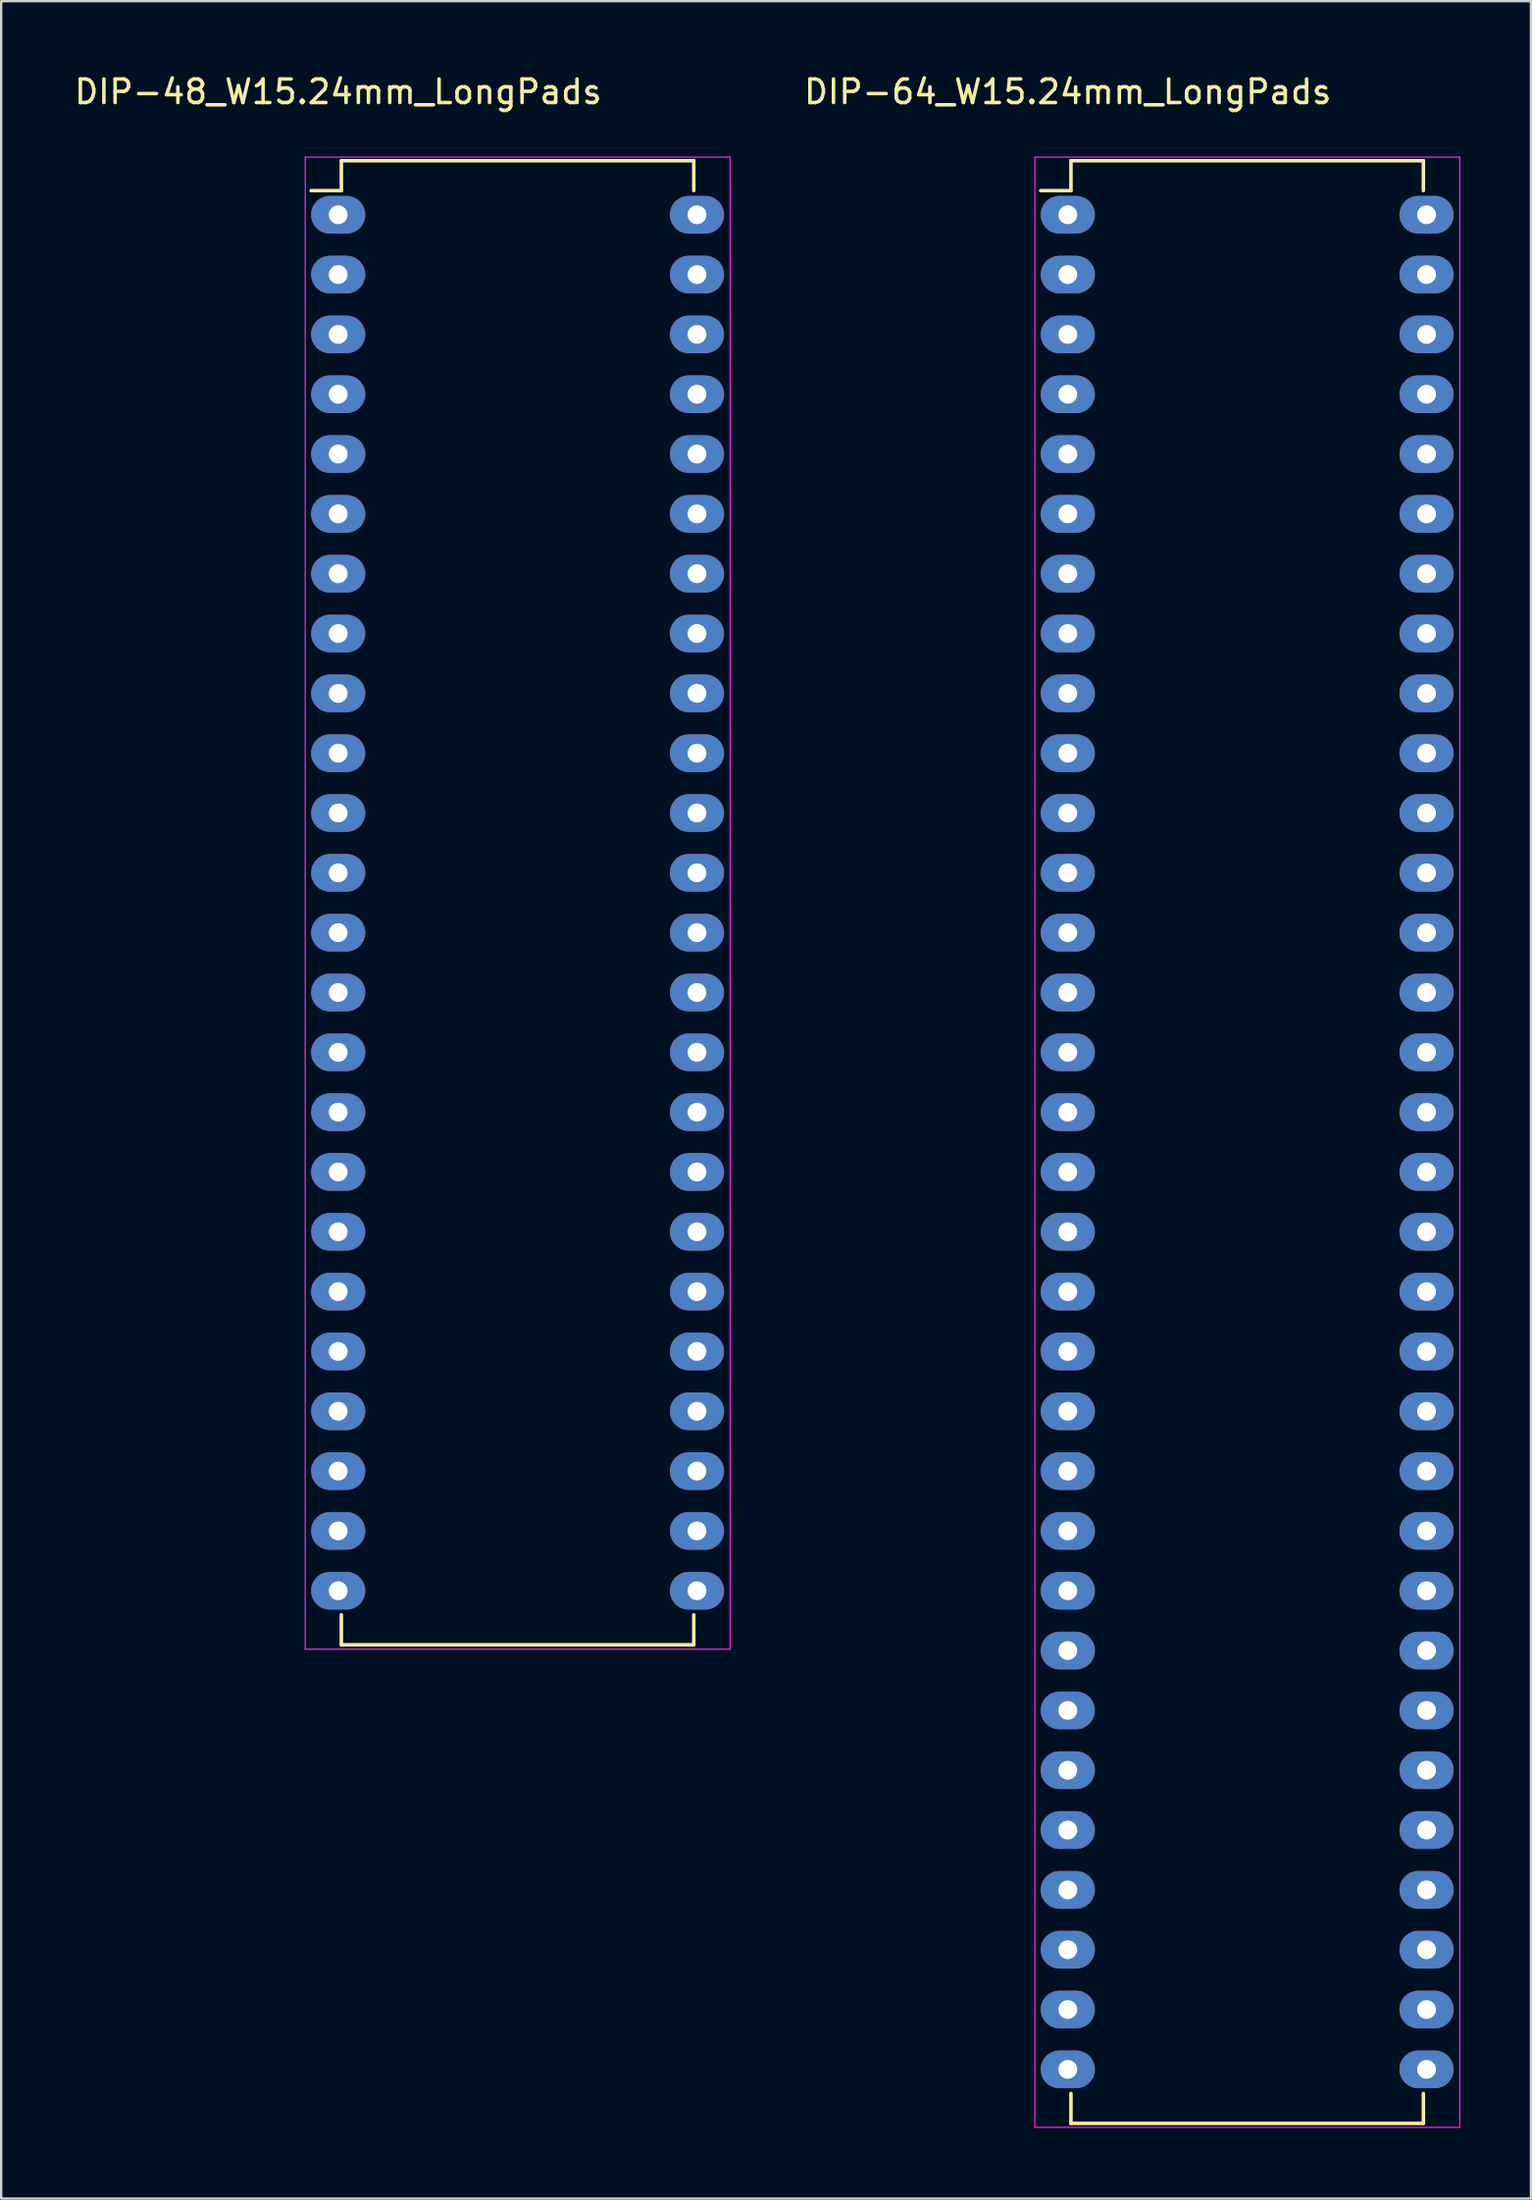
<source format=kicad_pcb>
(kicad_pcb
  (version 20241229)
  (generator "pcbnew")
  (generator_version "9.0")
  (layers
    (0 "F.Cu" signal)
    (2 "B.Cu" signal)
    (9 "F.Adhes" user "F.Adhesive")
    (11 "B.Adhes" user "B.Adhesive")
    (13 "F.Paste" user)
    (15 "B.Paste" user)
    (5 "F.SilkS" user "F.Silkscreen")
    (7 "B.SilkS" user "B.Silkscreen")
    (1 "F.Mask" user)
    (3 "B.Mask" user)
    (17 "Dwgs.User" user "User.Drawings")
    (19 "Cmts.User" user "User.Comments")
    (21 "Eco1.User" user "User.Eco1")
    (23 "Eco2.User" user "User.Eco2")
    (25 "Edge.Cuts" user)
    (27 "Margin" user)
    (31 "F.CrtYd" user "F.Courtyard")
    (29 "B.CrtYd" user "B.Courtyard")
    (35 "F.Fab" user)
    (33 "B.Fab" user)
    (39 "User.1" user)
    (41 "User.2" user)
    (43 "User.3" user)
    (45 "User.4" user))
  (footprint "DIP-64_W15.24mm_LongPads"
    (layer "F.Cu")
    (at 42.306 6.068)
    (property "Reference" "DIP-64_W15.24mm_LongPads" (at 0 -5.22 0) (layer "F.SilkS") (effects (font (size 1 1) (thickness 0.15))))
    (attr through_hole)
    (fp_line (start 0.135 -2.295) (end 0.135 -1.025) (stroke (width 0.15) (type solid)) (layer "F.SilkS"))
    (fp_line (start 0.135 -2.295) (end 15.105 -2.295) (stroke (width 0.15) (type solid)) (layer "F.SilkS"))
    (fp_line (start 0.135 -1.025) (end -1.15 -1.025) (stroke (width 0.15) (type solid)) (layer "F.SilkS"))
    (fp_line (start 0.135 81.035) (end 0.135 79.765) (stroke (width 0.15) (type solid)) (layer "F.SilkS"))
    (fp_line (start 0.135 81.035) (end 15.105 81.035) (stroke (width 0.15) (type solid)) (layer "F.SilkS"))
    (fp_line (start 15.105 -2.295) (end 15.105 -1.025) (stroke (width 0.15) (type solid)) (layer "F.SilkS"))
    (fp_line (start 15.105 81.035) (end 15.105 79.765) (stroke (width 0.15) (type solid)) (layer "F.SilkS"))
    (fp_line (start -1.4 -2.45) (end -1.4 81.2) (stroke (width 0.05) (type solid)) (layer "F.CrtYd"))
    (fp_line (start -1.4 -2.45) (end 16.65 -2.45) (stroke (width 0.05) (type solid)) (layer "F.CrtYd"))
    (fp_line (start -1.4 81.2) (end 16.65 81.2) (stroke (width 0.05) (type solid)) (layer "F.CrtYd"))
    (fp_line (start 16.65 -2.45) (end 16.65 81.2) (stroke (width 0.05) (type solid)) (layer "F.CrtYd"))
    (pad "1" thru_hole oval (at 0 0) (size 2.3 1.6) (drill 0.8) (layers "*.Cu" "*.Mask"))
    (pad "2" thru_hole oval (at 0 2.54) (size 2.3 1.6) (drill 0.8) (layers "*.Cu" "*.Mask"))
    (pad "3" thru_hole oval (at 0 5.08) (size 2.3 1.6) (drill 0.8) (layers "*.Cu" "*.Mask"))
    (pad "4" thru_hole oval (at 0 7.62) (size 2.3 1.6) (drill 0.8) (layers "*.Cu" "*.Mask"))
    (pad "5" thru_hole oval (at 0 10.16) (size 2.3 1.6) (drill 0.8) (layers "*.Cu" "*.Mask"))
    (pad "6" thru_hole oval (at 0 12.7) (size 2.3 1.6) (drill 0.8) (layers "*.Cu" "*.Mask"))
    (pad "7" thru_hole oval (at 0 15.24) (size 2.3 1.6) (drill 0.8) (layers "*.Cu" "*.Mask"))
    (pad "8" thru_hole oval (at 0 17.78) (size 2.3 1.6) (drill 0.8) (layers "*.Cu" "*.Mask"))
    (pad "9" thru_hole oval (at 0 20.32) (size 2.3 1.6) (drill 0.8) (layers "*.Cu" "*.Mask"))
    (pad "10" thru_hole oval (at 0 22.86) (size 2.3 1.6) (drill 0.8) (layers "*.Cu" "*.Mask"))
    (pad "11" thru_hole oval (at 0 25.4) (size 2.3 1.6) (drill 0.8) (layers "*.Cu" "*.Mask"))
    (pad "12" thru_hole oval (at 0 27.94) (size 2.3 1.6) (drill 0.8) (layers "*.Cu" "*.Mask"))
    (pad "13" thru_hole oval (at 0 30.48) (size 2.3 1.6) (drill 0.8) (layers "*.Cu" "*.Mask"))
    (pad "14" thru_hole oval (at 0 33.02) (size 2.3 1.6) (drill 0.8) (layers "*.Cu" "*.Mask"))
    (pad "15" thru_hole oval (at 0 35.56) (size 2.3 1.6) (drill 0.8) (layers "*.Cu" "*.Mask"))
    (pad "16" thru_hole oval (at 0 38.1) (size 2.3 1.6) (drill 0.8) (layers "*.Cu" "*.Mask"))
    (pad "17" thru_hole oval (at 0 40.64) (size 2.3 1.6) (drill 0.8) (layers "*.Cu" "*.Mask"))
    (pad "18" thru_hole oval (at 0 43.18) (size 2.3 1.6) (drill 0.8) (layers "*.Cu" "*.Mask"))
    (pad "19" thru_hole oval (at 0 45.72) (size 2.3 1.6) (drill 0.8) (layers "*.Cu" "*.Mask"))
    (pad "20" thru_hole oval (at 0 48.26) (size 2.3 1.6) (drill 0.8) (layers "*.Cu" "*.Mask"))
    (pad "21" thru_hole oval (at 0 50.8) (size 2.3 1.6) (drill 0.8) (layers "*.Cu" "*.Mask"))
    (pad "22" thru_hole oval (at 0 53.34) (size 2.3 1.6) (drill 0.8) (layers "*.Cu" "*.Mask"))
    (pad "23" thru_hole oval (at 0 55.88) (size 2.3 1.6) (drill 0.8) (layers "*.Cu" "*.Mask"))
    (pad "24" thru_hole oval (at 0 58.42) (size 2.3 1.6) (drill 0.8) (layers "*.Cu" "*.Mask"))
    (pad "25" thru_hole oval (at 0 60.96) (size 2.3 1.6) (drill 0.8) (layers "*.Cu" "*.Mask"))
    (pad "26" thru_hole oval (at 0 63.5) (size 2.3 1.6) (drill 0.8) (layers "*.Cu" "*.Mask"))
    (pad "27" thru_hole oval (at 0 66.04) (size 2.3 1.6) (drill 0.8) (layers "*.Cu" "*.Mask"))
    (pad "28" thru_hole oval (at 0 68.58) (size 2.3 1.6) (drill 0.8) (layers "*.Cu" "*.Mask"))
    (pad "29" thru_hole oval (at 0 71.12) (size 2.3 1.6) (drill 0.8) (layers "*.Cu" "*.Mask"))
    (pad "30" thru_hole oval (at 0 73.66) (size 2.3 1.6) (drill 0.8) (layers "*.Cu" "*.Mask"))
    (pad "31" thru_hole oval (at 0 76.2) (size 2.3 1.6) (drill 0.8) (layers "*.Cu" "*.Mask"))
    (pad "32" thru_hole oval (at 0 78.74) (size 2.3 1.6) (drill 0.8) (layers "*.Cu" "*.Mask"))
    (pad "33" thru_hole oval (at 15.24 78.74) (size 2.3 1.6) (drill 0.8) (layers "*.Cu" "*.Mask"))
    (pad "34" thru_hole oval (at 15.24 76.2) (size 2.3 1.6) (drill 0.8) (layers "*.Cu" "*.Mask"))
    (pad "35" thru_hole oval (at 15.24 73.66) (size 2.3 1.6) (drill 0.8) (layers "*.Cu" "*.Mask"))
    (pad "36" thru_hole oval (at 15.24 71.12) (size 2.3 1.6) (drill 0.8) (layers "*.Cu" "*.Mask"))
    (pad "37" thru_hole oval (at 15.24 68.58) (size 2.3 1.6) (drill 0.8) (layers "*.Cu" "*.Mask"))
    (pad "38" thru_hole oval (at 15.24 66.04) (size 2.3 1.6) (drill 0.8) (layers "*.Cu" "*.Mask"))
    (pad "39" thru_hole oval (at 15.24 63.5) (size 2.3 1.6) (drill 0.8) (layers "*.Cu" "*.Mask"))
    (pad "40" thru_hole oval (at 15.24 60.96) (size 2.3 1.6) (drill 0.8) (layers "*.Cu" "*.Mask"))
    (pad "41" thru_hole oval (at 15.24 58.42) (size 2.3 1.6) (drill 0.8) (layers "*.Cu" "*.Mask"))
    (pad "42" thru_hole oval (at 15.24 55.88) (size 2.3 1.6) (drill 0.8) (layers "*.Cu" "*.Mask"))
    (pad "43" thru_hole oval (at 15.24 53.34) (size 2.3 1.6) (drill 0.8) (layers "*.Cu" "*.Mask"))
    (pad "44" thru_hole oval (at 15.24 50.8) (size 2.3 1.6) (drill 0.8) (layers "*.Cu" "*.Mask"))
    (pad "45" thru_hole oval (at 15.24 48.26) (size 2.3 1.6) (drill 0.8) (layers "*.Cu" "*.Mask"))
    (pad "46" thru_hole oval (at 15.24 45.72) (size 2.3 1.6) (drill 0.8) (layers "*.Cu" "*.Mask"))
    (pad "47" thru_hole oval (at 15.24 43.18) (size 2.3 1.6) (drill 0.8) (layers "*.Cu" "*.Mask"))
    (pad "48" thru_hole oval (at 15.24 40.64) (size 2.3 1.6) (drill 0.8) (layers "*.Cu" "*.Mask"))
    (pad "49" thru_hole oval (at 15.24 38.1) (size 2.3 1.6) (drill 0.8) (layers "*.Cu" "*.Mask"))
    (pad "50" thru_hole oval (at 15.24 35.56) (size 2.3 1.6) (drill 0.8) (layers "*.Cu" "*.Mask"))
    (pad "51" thru_hole oval (at 15.24 33.02) (size 2.3 1.6) (drill 0.8) (layers "*.Cu" "*.Mask"))
    (pad "52" thru_hole oval (at 15.24 30.48) (size 2.3 1.6) (drill 0.8) (layers "*.Cu" "*.Mask"))
    (pad "53" thru_hole oval (at 15.24 27.94) (size 2.3 1.6) (drill 0.8) (layers "*.Cu" "*.Mask"))
    (pad "54" thru_hole oval (at 15.24 25.4) (size 2.3 1.6) (drill 0.8) (layers "*.Cu" "*.Mask"))
    (pad "55" thru_hole oval (at 15.24 22.86) (size 2.3 1.6) (drill 0.8) (layers "*.Cu" "*.Mask"))
    (pad "56" thru_hole oval (at 15.24 20.32) (size 2.3 1.6) (drill 0.8) (layers "*.Cu" "*.Mask"))
    (pad "57" thru_hole oval (at 15.24 17.78) (size 2.3 1.6) (drill 0.8) (layers "*.Cu" "*.Mask"))
    (pad "58" thru_hole oval (at 15.24 15.24) (size 2.3 1.6) (drill 0.8) (layers "*.Cu" "*.Mask"))
    (pad "59" thru_hole oval (at 15.24 12.7) (size 2.3 1.6) (drill 0.8) (layers "*.Cu" "*.Mask"))
    (pad "60" thru_hole oval (at 15.24 10.16) (size 2.3 1.6) (drill 0.8) (layers "*.Cu" "*.Mask"))
    (pad "61" thru_hole oval (at 15.24 7.62) (size 2.3 1.6) (drill 0.8) (layers "*.Cu" "*.Mask"))
    (pad "62" thru_hole oval (at 15.24 5.08) (size 2.3 1.6) (drill 0.8) (layers "*.Cu" "*.Mask"))
    (pad "63" thru_hole oval (at 15.24 2.54) (size 2.3 1.6) (drill 0.8) (layers "*.Cu" "*.Mask"))
    (pad "64" thru_hole oval (at 15.24 0) (size 2.3 1.6) (drill 0.8) (layers "*.Cu" "*.Mask")))
  (footprint "DIP-48_W15.24mm_LongPads"
    (layer "F.Cu")
    (at 11.315 6.068)
    (property "Reference" "DIP-48_W15.24mm_LongPads" (at 0 -5.22 0) (layer "F.SilkS") (effects (font (size 1 1) (thickness 0.15))))
    (attr through_hole)
    (fp_line (start 0.135 -2.295) (end 0.135 -1.025) (stroke (width 0.15) (type solid)) (layer "F.SilkS"))
    (fp_line (start 0.135 -2.295) (end 15.105 -2.295) (stroke (width 0.15) (type solid)) (layer "F.SilkS"))
    (fp_line (start 0.135 -1.025) (end -1.15 -1.025) (stroke (width 0.15) (type solid)) (layer "F.SilkS"))
    (fp_line (start 0.135 60.715) (end 0.135 59.445) (stroke (width 0.15) (type solid)) (layer "F.SilkS"))
    (fp_line (start 0.135 60.715) (end 15.105 60.715) (stroke (width 0.15) (type solid)) (layer "F.SilkS"))
    (fp_line (start 15.105 -2.295) (end 15.105 -1.025) (stroke (width 0.15) (type solid)) (layer "F.SilkS"))
    (fp_line (start 15.105 60.715) (end 15.105 59.445) (stroke (width 0.15) (type solid)) (layer "F.SilkS"))
    (fp_line (start -1.4 -2.45) (end -1.4 60.9) (stroke (width 0.05) (type solid)) (layer "F.CrtYd"))
    (fp_line (start -1.4 -2.45) (end 16.65 -2.45) (stroke (width 0.05) (type solid)) (layer "F.CrtYd"))
    (fp_line (start -1.4 60.9) (end 16.65 60.9) (stroke (width 0.05) (type solid)) (layer "F.CrtYd"))
    (fp_line (start 16.65 -2.45) (end 16.65 60.9) (stroke (width 0.05) (type solid)) (layer "F.CrtYd"))
    (pad "1" thru_hole oval (at 0 0) (size 2.3 1.6) (drill 0.8) (layers "*.Cu" "*.Mask"))
    (pad "2" thru_hole oval (at 0 2.54) (size 2.3 1.6) (drill 0.8) (layers "*.Cu" "*.Mask"))
    (pad "3" thru_hole oval (at 0 5.08) (size 2.3 1.6) (drill 0.8) (layers "*.Cu" "*.Mask"))
    (pad "4" thru_hole oval (at 0 7.62) (size 2.3 1.6) (drill 0.8) (layers "*.Cu" "*.Mask"))
    (pad "5" thru_hole oval (at 0 10.16) (size 2.3 1.6) (drill 0.8) (layers "*.Cu" "*.Mask"))
    (pad "6" thru_hole oval (at 0 12.7) (size 2.3 1.6) (drill 0.8) (layers "*.Cu" "*.Mask"))
    (pad "7" thru_hole oval (at 0 15.24) (size 2.3 1.6) (drill 0.8) (layers "*.Cu" "*.Mask"))
    (pad "8" thru_hole oval (at 0 17.78) (size 2.3 1.6) (drill 0.8) (layers "*.Cu" "*.Mask"))
    (pad "9" thru_hole oval (at 0 20.32) (size 2.3 1.6) (drill 0.8) (layers "*.Cu" "*.Mask"))
    (pad "10" thru_hole oval (at 0 22.86) (size 2.3 1.6) (drill 0.8) (layers "*.Cu" "*.Mask"))
    (pad "11" thru_hole oval (at 0 25.4) (size 2.3 1.6) (drill 0.8) (layers "*.Cu" "*.Mask"))
    (pad "12" thru_hole oval (at 0 27.94) (size 2.3 1.6) (drill 0.8) (layers "*.Cu" "*.Mask"))
    (pad "13" thru_hole oval (at 0 30.48) (size 2.3 1.6) (drill 0.8) (layers "*.Cu" "*.Mask"))
    (pad "14" thru_hole oval (at 0 33.02) (size 2.3 1.6) (drill 0.8) (layers "*.Cu" "*.Mask"))
    (pad "15" thru_hole oval (at 0 35.56) (size 2.3 1.6) (drill 0.8) (layers "*.Cu" "*.Mask"))
    (pad "16" thru_hole oval (at 0 38.1) (size 2.3 1.6) (drill 0.8) (layers "*.Cu" "*.Mask"))
    (pad "17" thru_hole oval (at 0 40.64) (size 2.3 1.6) (drill 0.8) (layers "*.Cu" "*.Mask"))
    (pad "18" thru_hole oval (at 0 43.18) (size 2.3 1.6) (drill 0.8) (layers "*.Cu" "*.Mask"))
    (pad "19" thru_hole oval (at 0 45.72) (size 2.3 1.6) (drill 0.8) (layers "*.Cu" "*.Mask"))
    (pad "20" thru_hole oval (at 0 48.26) (size 2.3 1.6) (drill 0.8) (layers "*.Cu" "*.Mask"))
    (pad "21" thru_hole oval (at 0 50.8) (size 2.3 1.6) (drill 0.8) (layers "*.Cu" "*.Mask"))
    (pad "22" thru_hole oval (at 0 53.34) (size 2.3 1.6) (drill 0.8) (layers "*.Cu" "*.Mask"))
    (pad "23" thru_hole oval (at 0 55.88) (size 2.3 1.6) (drill 0.8) (layers "*.Cu" "*.Mask"))
    (pad "24" thru_hole oval (at 0 58.42) (size 2.3 1.6) (drill 0.8) (layers "*.Cu" "*.Mask"))
    (pad "25" thru_hole oval (at 15.24 58.42) (size 2.3 1.6) (drill 0.8) (layers "*.Cu" "*.Mask"))
    (pad "26" thru_hole oval (at 15.24 55.88) (size 2.3 1.6) (drill 0.8) (layers "*.Cu" "*.Mask"))
    (pad "27" thru_hole oval (at 15.24 53.34) (size 2.3 1.6) (drill 0.8) (layers "*.Cu" "*.Mask"))
    (pad "28" thru_hole oval (at 15.24 50.8) (size 2.3 1.6) (drill 0.8) (layers "*.Cu" "*.Mask"))
    (pad "29" thru_hole oval (at 15.24 48.26) (size 2.3 1.6) (drill 0.8) (layers "*.Cu" "*.Mask"))
    (pad "30" thru_hole oval (at 15.24 45.72) (size 2.3 1.6) (drill 0.8) (layers "*.Cu" "*.Mask"))
    (pad "31" thru_hole oval (at 15.24 43.18) (size 2.3 1.6) (drill 0.8) (layers "*.Cu" "*.Mask"))
    (pad "32" thru_hole oval (at 15.24 40.64) (size 2.3 1.6) (drill 0.8) (layers "*.Cu" "*.Mask"))
    (pad "33" thru_hole oval (at 15.24 38.1) (size 2.3 1.6) (drill 0.8) (layers "*.Cu" "*.Mask"))
    (pad "34" thru_hole oval (at 15.24 35.56) (size 2.3 1.6) (drill 0.8) (layers "*.Cu" "*.Mask"))
    (pad "35" thru_hole oval (at 15.24 33.02) (size 2.3 1.6) (drill 0.8) (layers "*.Cu" "*.Mask"))
    (pad "36" thru_hole oval (at 15.24 30.48) (size 2.3 1.6) (drill 0.8) (layers "*.Cu" "*.Mask"))
    (pad "37" thru_hole oval (at 15.24 27.94) (size 2.3 1.6) (drill 0.8) (layers "*.Cu" "*.Mask"))
    (pad "38" thru_hole oval (at 15.24 25.4) (size 2.3 1.6) (drill 0.8) (layers "*.Cu" "*.Mask"))
    (pad "39" thru_hole oval (at 15.24 22.86) (size 2.3 1.6) (drill 0.8) (layers "*.Cu" "*.Mask"))
    (pad "40" thru_hole oval (at 15.24 20.32) (size 2.3 1.6) (drill 0.8) (layers "*.Cu" "*.Mask"))
    (pad "41" thru_hole oval (at 15.24 17.78) (size 2.3 1.6) (drill 0.8) (layers "*.Cu" "*.Mask"))
    (pad "42" thru_hole oval (at 15.24 15.24) (size 2.3 1.6) (drill 0.8) (layers "*.Cu" "*.Mask"))
    (pad "43" thru_hole oval (at 15.24 12.7) (size 2.3 1.6) (drill 0.8) (layers "*.Cu" "*.Mask"))
    (pad "44" thru_hole oval (at 15.24 10.16) (size 2.3 1.6) (drill 0.8) (layers "*.Cu" "*.Mask"))
    (pad "45" thru_hole oval (at 15.24 7.62) (size 2.3 1.6) (drill 0.8) (layers "*.Cu" "*.Mask"))
    (pad "46" thru_hole oval (at 15.24 5.08) (size 2.3 1.6) (drill 0.8) (layers "*.Cu" "*.Mask"))
    (pad "47" thru_hole oval (at 15.24 2.54) (size 2.3 1.6) (drill 0.8) (layers "*.Cu" "*.Mask"))
    (pad "48" thru_hole oval (at 15.24 0) (size 2.3 1.6) (drill 0.8) (layers "*.Cu" "*.Mask")))
  (gr_rect
    (start -3 -3)
    (end 61.981 90.293)
    (stroke (width 0.1) (type default))
    (fill no)
    (layer "Edge.Cuts")))
</source>
